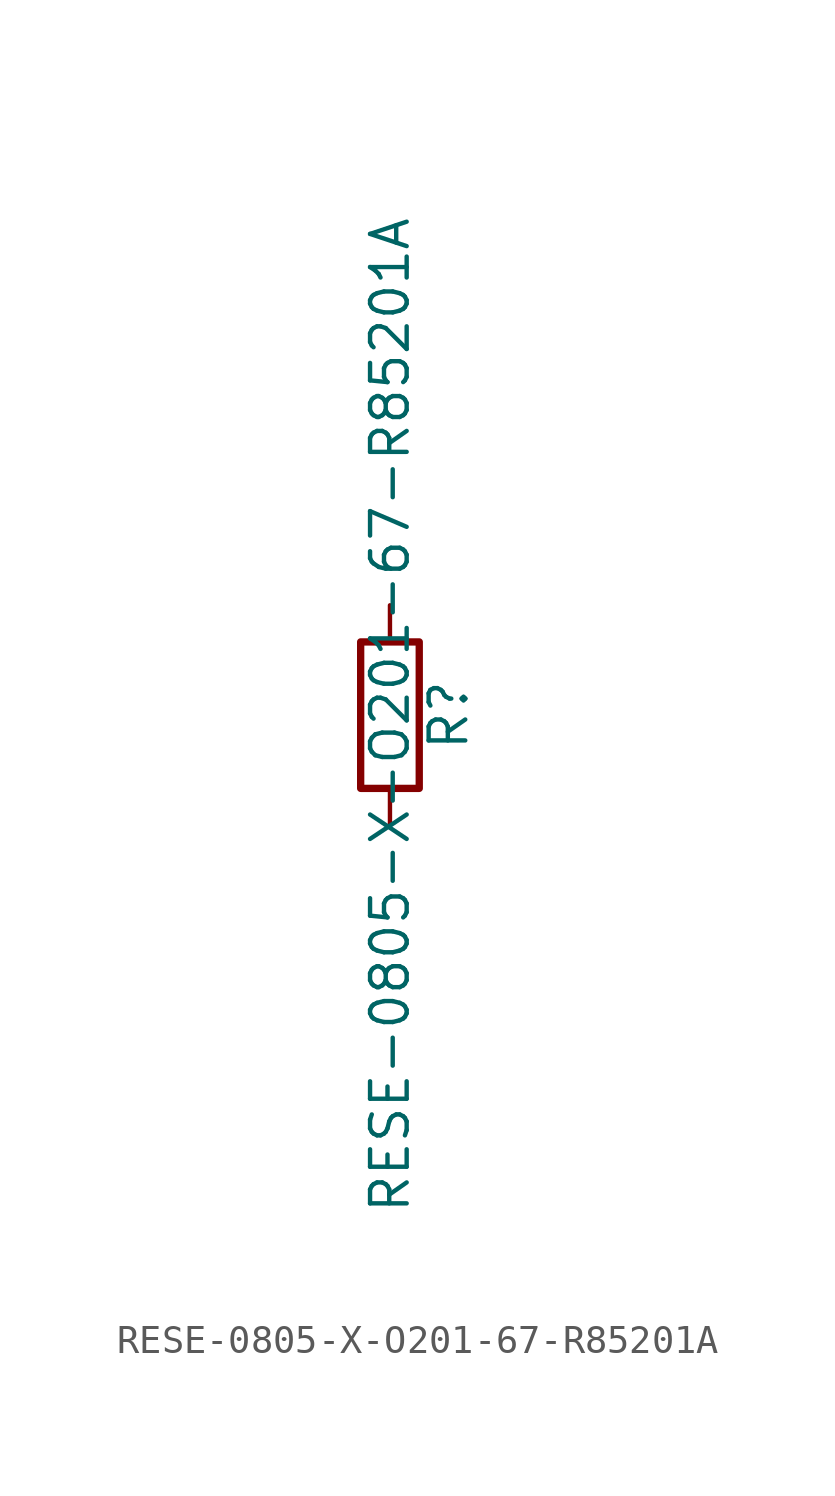
<source format=kicad_sym>
(kicad_symbol_lib
  (version 20211014)
  (generator kicad_symbol_editor)
  (symbol "RESE-0805-X-O201-67-R85201A"
    (pin_numbers hide)
    (pin_names
      (offset 0))
    (property "Reference" "R"
      (at 2.032 0 90)
      (effects (font (size 1.27 1.27))))
    (property "Value" "RESE-0805-X-O201-67-R85201A"
      (at 0 0 90)
      (effects (font (size 1.27 1.27))))
    (symbol "RESE-0805-X-O201-67-R85201A_0_1"
      (rectangle (start -1.016 -2.54) (end 1.016 2.54) (stroke (width 0.254) (type default) (color 0 0 0 0)) (fill (type none))))
    (symbol "RESE-0805-X-O201-67-R85201A_1_1"
      (pin passive line (at 0 3.81 270) (length 1.27) (name "~" (effects (font (size 1.27 1.27)))) (number "1" (effects (font (size 1.27 1.27)))))
      (pin passive line (at 0 -3.81 90) (length 1.27) (name "~" (effects (font (size 1.27 1.27)))) (number "2" (effects (font (size 1.27 1.27))))))))
</source>
